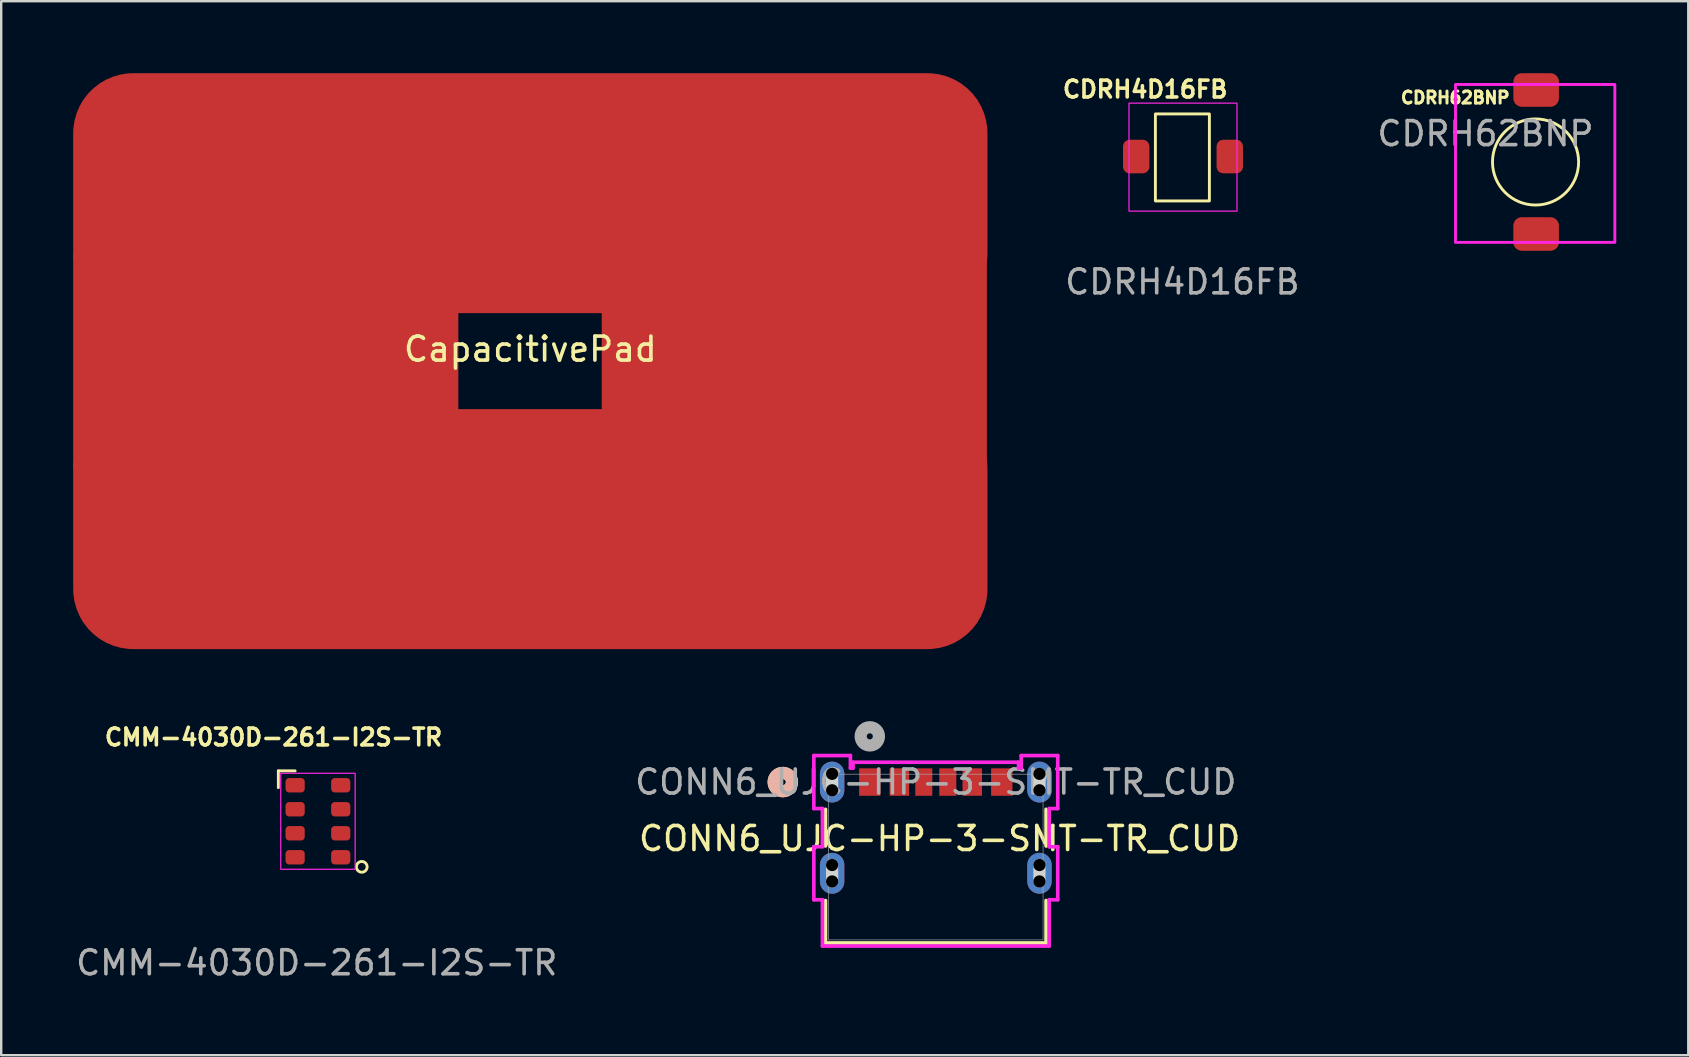
<source format=kicad_pcb>
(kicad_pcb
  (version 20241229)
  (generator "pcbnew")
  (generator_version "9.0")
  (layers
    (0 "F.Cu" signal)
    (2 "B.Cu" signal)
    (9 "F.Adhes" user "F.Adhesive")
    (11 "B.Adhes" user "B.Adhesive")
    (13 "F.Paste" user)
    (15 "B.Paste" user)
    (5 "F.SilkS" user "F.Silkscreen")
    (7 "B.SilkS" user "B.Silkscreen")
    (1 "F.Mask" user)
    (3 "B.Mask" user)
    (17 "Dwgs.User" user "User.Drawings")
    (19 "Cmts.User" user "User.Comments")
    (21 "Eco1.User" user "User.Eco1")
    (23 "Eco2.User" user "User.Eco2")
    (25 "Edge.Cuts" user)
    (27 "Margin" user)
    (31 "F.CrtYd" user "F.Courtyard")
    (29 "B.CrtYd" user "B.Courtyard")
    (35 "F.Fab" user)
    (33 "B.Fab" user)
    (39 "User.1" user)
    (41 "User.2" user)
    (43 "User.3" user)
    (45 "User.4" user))
  (footprint "CMM-4030D-261-I2S-TR"
    (layer "F.Cu")
    (at 10.149 31.173)
    (property "Reference" "CMM-4030D-261-I2S-TR" (at -1.8 -3.5 0) (unlocked yes) (layer "F.SilkS") (effects (font (size 0.7 0.7) (thickness 0.15))))
    (attr smd)
    (fp_line (start -1.6 -2.1) (end -0.9 -2.1) (stroke (width 0.12) (type solid)) (layer "F.SilkS"))
    (fp_line (start -1.6 -1.4) (end -1.6 -2.1) (stroke (width 0.12) (type solid)) (layer "F.SilkS"))
    (fp_circle (center 1.876 1.9) (end 2.076 2) (stroke (width 0.12) (type solid)) (fill no) (layer "F.SilkS"))
    (fp_rect (start 1.6 2) (end -1.5 -2) (stroke (width 0.05) (type solid)) (fill no) (layer "F.CrtYd"))
    (fp_text user "${REFERENCE}" (at 0 5.9 0) (unlocked yes) (layer "F.Fab") (effects (font (size 1 1) (thickness 0.15))))
    (pad "1" smd roundrect (at 1 1.5) (size 0.8 0.6) (layers "F.Cu" "F.Mask" "F.Paste") (roundrect_rratio 0.25))
    (pad "2" smd roundrect (at 1 0.5) (size 0.8 0.6) (layers "F.Cu" "F.Mask" "F.Paste") (roundrect_rratio 0.25))
    (pad "3" smd roundrect (at 1 -0.5) (size 0.8 0.6) (layers "F.Cu" "F.Mask" "F.Paste") (roundrect_rratio 0.25))
    (pad "4" smd roundrect (at 1 -1.5) (size 0.8 0.6) (layers "F.Cu" "F.Mask" "F.Paste") (roundrect_rratio 0.25))
    (pad "5" smd roundrect (at -0.9 -1.5) (size 0.8 0.6) (layers "F.Cu" "F.Mask" "F.Paste") (roundrect_rratio 0.25))
    (pad "6" smd roundrect (at -0.9 -0.5) (size 0.8 0.6) (layers "F.Cu" "F.Mask" "F.Paste") (roundrect_rratio 0.25))
    (pad "7" smd roundrect (at -0.9 0.5) (size 0.8 0.6) (layers "F.Cu" "F.Mask" "F.Paste") (roundrect_rratio 0.25))
    (pad "8" smd roundrect (at -0.9 1.5) (size 0.8 0.6) (layers "F.Cu" "F.Mask" "F.Paste") (roundrect_rratio 0.25)))
  (footprint "CDRH62BNP"
    (layer "F.Cu")
    (at 60.963 3.69)
    (property "Reference" "CDRH62BNP" (at -3.37 -2.67 0) (unlocked yes) (layer "F.SilkS") (effects (font (size 0.5 0.5) (thickness 0.125))))
    (attr smd)
    (fp_circle (center -0.024 0.01) (end 1.606 0.76) (stroke (width 0.12) (type solid)) (fill no) (layer "F.SilkS"))
    (fp_rect (start -3.36 -3.22) (end 3.28 3.36) (stroke (width 0.12) (type solid)) (fill no) (layer "F.CrtYd"))
    (fp_text user "${REFERENCE}" (at -2.11 -1.17 0) (unlocked yes) (layer "F.Fab") (effects (font (size 1 1) (thickness 0.15))))
    (pad "1" smd roundrect (at 0 -2.99) (size 1.9 1.4) (layers "F.Cu" "F.Mask" "F.Paste") (roundrect_rratio 0.25))
    (pad "2" smd roundrect (at 0 3.01) (size 1.9 1.4) (layers "F.Cu" "F.Mask" "F.Paste") (roundrect_rratio 0.25)))
  (footprint "CDRH4D16FB"
    (layer "F.Cu")
    (at 46.247 3.498)
    (property "Reference" "CDRH4D16FB" (at -1.575 -2.825 0) (unlocked yes) (layer "F.SilkS") (effects (font (size 0.7 0.7) (thickness 0.15))))
    (attr smd)
    (fp_rect (start -1.15 -1.8) (end 1.1 1.825) (stroke (width 0.12) (type solid)) (fill no) (layer "F.SilkS"))
    (fp_rect (start -2.25 -2.25) (end 2.25 2.25) (stroke (width 0.05) (type solid)) (fill no) (layer "F.CrtYd"))
    (fp_text user "${REFERENCE}" (at -0.025 5.2 0) (unlocked yes) (layer "F.Fab") (effects (font (size 1 1) (thickness 0.15))))
    (pad "1" smd roundrect (at -1.95 -0.025) (size 1.1 1.4) (layers "F.Cu" "F.Mask" "F.Paste") (roundrect_rratio 0.25))
    (pad "2" smd roundrect (at 1.95 -0.025) (size 1.1 1.4) (layers "F.Cu" "F.Mask" "F.Paste") (roundrect_rratio 0.25)))
  (footprint "CapacitivePad"
    (layer "F.Cu")
    (at 19.05 12)
    (property "Reference" "CapacitivePad" (at 0 -0.5 0) (unlocked yes) (layer "F.SilkS") (effects (font (size 1 1) (thickness 0.15))))
    (attr smd)
    (pad "1" smd rect (at -11.025 0) (size 16.05 9) (layers "F.Cu" "F.Mask"))
    (pad "1" smd roundrect (at 0 -7) (size 38.1 10) (layers "F.Cu" "F.Mask") (roundrect_rratio 0.25))
    (pad "1" smd roundrect (at 0 7) (size 38.1 10) (layers "F.Cu" "F.Mask") (roundrect_rratio 0.25))
    (pad "1" smd rect (at 11 0) (size 16.05 9) (layers "F.Cu" "F.Mask")))
  (footprint "CONN6_UJC-HP-3-SMT-TR_CUD"
    (layer "F.Cu")
    (at 35.946 32.664)
    (property "Reference" "CONN6_UJC-HP-3-SMT-TR_CUD" (at 0.16 -0.77 0) (unlocked yes) (layer "F.SilkS") (effects (font (size 1 1) (thickness 0.15))))
    (attr smd)
    (fp_line (start -4.597 -1.988) (end -4.597 -0.461) (stroke (width 0.152) (type solid)) (layer "F.SilkS"))
    (fp_line (start -4.597 1.812) (end -4.597 3.581) (stroke (width 0.152) (type solid)) (layer "F.SilkS"))
    (fp_line (start -4.597 3.581) (end 4.597 3.581) (stroke (width 0.152) (type solid)) (layer "F.SilkS"))
    (fp_line (start 4.597 -0.461) (end 4.597 -1.988) (stroke (width 0.152) (type solid)) (layer "F.SilkS"))
    (fp_line (start 4.597 3.581) (end 4.597 1.812) (stroke (width 0.152) (type solid)) (layer "F.SilkS"))
    (fp_circle (center -6.375 -3.124) (end -5.994 -3.124) (stroke (width 0.508) (type solid)) (fill no) (layer "F.SilkS"))
    (fp_circle (center -6.375 -3.124) (end -5.994 -3.124) (stroke (width 0.508) (type solid)) (fill no) (layer "B.SilkS"))
    (fp_line (start -4.32 -2.782) (end -4.32 -3.467) (stroke (width 0.508) (type solid)) (layer "Edge.Cuts"))
    (fp_line (start -4.32 1.018) (end -4.32 0.333) (stroke (width 0.508) (type solid)) (layer "Edge.Cuts"))
    (fp_line (start 4.32 1.018) (end 4.32 0.333) (stroke (width 0.508) (type solid)) (layer "Edge.Cuts"))
    (fp_line (start 4.32 -2.782) (end 4.32 -3.467) (stroke (width 0.508) (type solid)) (layer "Edge.Cuts"))
    (fp_line (start -5.082 -4.229) (end -5.082 -2.02) (stroke (width 0.152) (type solid)) (layer "F.CrtYd"))
    (fp_line (start -5.082 -2.02) (end -4.724 -2.02) (stroke (width 0.152) (type solid)) (layer "F.CrtYd"))
    (fp_line (start -5.082 -0.429) (end -5.082 1.78) (stroke (width 0.152) (type solid)) (layer "F.CrtYd"))
    (fp_line (start -5.082 1.78) (end -4.724 1.78) (stroke (width 0.152) (type solid)) (layer "F.CrtYd"))
    (fp_line (start -4.724 -2.02) (end -4.724 -0.429) (stroke (width 0.152) (type solid)) (layer "F.CrtYd"))
    (fp_line (start -4.724 -0.429) (end -5.082 -0.429) (stroke (width 0.152) (type solid)) (layer "F.CrtYd"))
    (fp_line (start -4.724 1.78) (end -4.724 3.708) (stroke (width 0.152) (type solid)) (layer "F.CrtYd"))
    (fp_line (start -4.724 3.708) (end 4.724 3.708) (stroke (width 0.152) (type solid)) (layer "F.CrtYd"))
    (fp_line (start -3.558 -4.229) (end -5.082 -4.229) (stroke (width 0.152) (type solid)) (layer "F.CrtYd"))
    (fp_line (start -3.558 -3.708) (end -3.558 -4.229) (stroke (width 0.152) (type solid)) (layer "F.CrtYd"))
    (fp_line (start -3.449 -3.95) (end -3.449 -3.708) (stroke (width 0.152) (type solid)) (layer "F.CrtYd"))
    (fp_line (start -3.449 -3.708) (end -3.558 -3.708) (stroke (width 0.152) (type solid)) (layer "F.CrtYd"))
    (fp_line (start 3.449 -3.95) (end -3.449 -3.95) (stroke (width 0.152) (type solid)) (layer "F.CrtYd"))
    (fp_line (start 3.449 -3.708) (end 3.449 -3.95) (stroke (width 0.152) (type solid)) (layer "F.CrtYd"))
    (fp_line (start 3.558 -4.229) (end 3.558 -3.708) (stroke (width 0.152) (type solid)) (layer "F.CrtYd"))
    (fp_line (start 3.558 -3.708) (end 3.449 -3.708) (stroke (width 0.152) (type solid)) (layer "F.CrtYd"))
    (fp_line (start 4.724 -2.02) (end 5.082 -2.02) (stroke (width 0.152) (type solid)) (layer "F.CrtYd"))
    (fp_line (start 4.724 -0.429) (end 4.724 -2.02) (stroke (width 0.152) (type solid)) (layer "F.CrtYd"))
    (fp_line (start 4.724 1.78) (end 5.082 1.78) (stroke (width 0.152) (type solid)) (layer "F.CrtYd"))
    (fp_line (start 4.724 3.708) (end 4.724 1.78) (stroke (width 0.152) (type solid)) (layer "F.CrtYd"))
    (fp_line (start 5.082 -0.429) (end 4.724 -0.429) (stroke (width 0.152) (type solid)) (layer "F.CrtYd"))
    (fp_line (start 5.082 1.78) (end 5.082 -0.429) (stroke (width 0.152) (type solid)) (layer "F.CrtYd"))
    (fp_line (start 5.082 -4.229) (end 3.558 -4.229) (stroke (width 0.152) (type solid)) (layer "F.CrtYd"))
    (fp_line (start 5.082 -2.02) (end 5.082 -4.229) (stroke (width 0.152) (type solid)) (layer "F.CrtYd"))
    (fp_line (start -4.47 -3.454) (end -4.47 3.454) (stroke (width 0.025) (type solid)) (layer "F.Fab"))
    (fp_line (start -4.47 3.454) (end 4.47 3.454) (stroke (width 0.025) (type solid)) (layer "F.Fab"))
    (fp_line (start 4.47 -3.454) (end -4.47 -3.454) (stroke (width 0.025) (type solid)) (layer "F.Fab"))
    (fp_line (start 4.47 3.454) (end 4.47 -3.454) (stroke (width 0.025) (type solid)) (layer "F.Fab"))
    (fp_circle (center -2.75 -5.029) (end -2.369 -5.029) (stroke (width 0.508) (type solid)) (fill no) (layer "F.Fab"))
    (fp_text user "${REFERENCE}" (at 0 -3.124 0) (unlocked yes) (layer "F.Fab") (effects (font (size 1 1) (thickness 0.15))))
    (pad "" np_thru_hole circle (at -4.32 -3.467) (size 0.508 0.508) (drill 0.508) (layers))
    (pad "" np_thru_hole circle (at -4.32 -2.782) (size 0.508 0.508) (drill 0.508) (layers))
    (pad "" np_thru_hole circle (at -4.32 0.333) (size 0.508 0.508) (drill 0.508) (layers))
    (pad "" np_thru_hole circle (at -4.32 1.018) (size 0.508 0.508) (drill 0.508) (layers))
    (pad "" np_thru_hole circle (at 4.32 0.333) (size 0.508 0.508) (drill 0.508) (layers))
    (pad "" np_thru_hole circle (at 4.32 1.018) (size 0.508 0.508) (drill 0.508) (layers))
    (pad "" np_thru_hole circle (at 4.32 -3.467) (size 0.508 0.508) (drill 0.508) (layers))
    (pad "" np_thru_hole circle (at 4.32 -2.782) (size 0.508 0.508) (drill 0.508) (layers))
    (pad "8" thru_hole oval (at 4.32 -3.124 90) (size 1.702 1.016) (drill 0.025) (layers "*.Cu" "*.Mask"))
    (pad "9" thru_hole oval (at -4.32 0.676 90) (size 1.702 1.016) (drill 0.025) (layers "*.Cu" "*.Mask"))
    (pad "10" thru_hole oval (at 4.32 0.676 90) (size 1.702 1.016) (drill 0.025) (layers "*.Cu" "*.Mask"))
    (pad "A5" smd rect (at -0.5 -3.124) (size 0.711 1.143) (layers "F.Cu" "F.Mask" "F.Paste"))
    (pad "A9" smd rect (at -1.52 -3.124) (size 0.813 1.143) (layers "F.Cu" "F.Mask" "F.Paste"))
    (pad "A12" smd rect (at -2.75 -3.124) (size 0.889 1.143) (layers "F.Cu" "F.Mask" "F.Paste"))
    (pad "B5" smd rect (at 0.5 -3.124) (size 0.711 1.143) (layers "F.Cu" "F.Mask" "F.Paste"))
    (pad "B9" smd rect (at 1.52 -3.124) (size 0.813 1.143) (layers "F.Cu" "F.Mask" "F.Paste"))
    (pad "B12" smd rect (at 2.75 -3.124) (size 0.889 1.143) (layers "F.Cu" "F.Mask" "F.Paste"))
    (pad "S1" thru_hole oval (at -4.32 -3.124 90) (size 1.702 1.016) (drill 0.025) (layers "*.Cu" "*.Mask")))
  (gr_rect
    (start -3 -3)
    (end 67.303 40.921)
    (stroke (width 0.1) (type default))
    (fill no)
    (layer "Edge.Cuts")))
</source>
